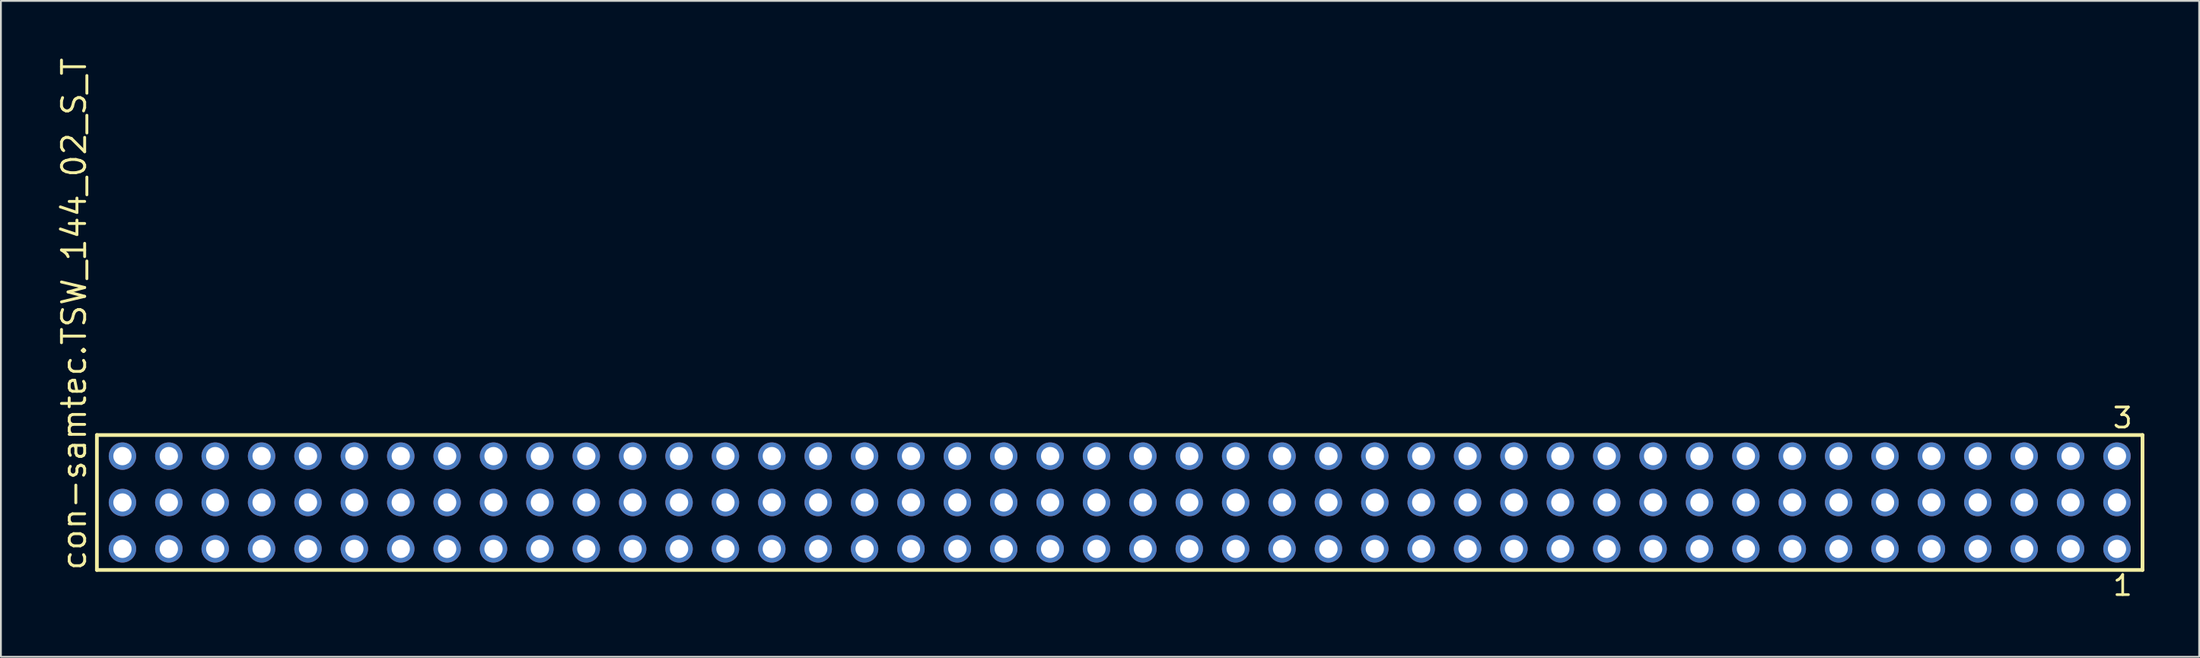
<source format=kicad_pcb>
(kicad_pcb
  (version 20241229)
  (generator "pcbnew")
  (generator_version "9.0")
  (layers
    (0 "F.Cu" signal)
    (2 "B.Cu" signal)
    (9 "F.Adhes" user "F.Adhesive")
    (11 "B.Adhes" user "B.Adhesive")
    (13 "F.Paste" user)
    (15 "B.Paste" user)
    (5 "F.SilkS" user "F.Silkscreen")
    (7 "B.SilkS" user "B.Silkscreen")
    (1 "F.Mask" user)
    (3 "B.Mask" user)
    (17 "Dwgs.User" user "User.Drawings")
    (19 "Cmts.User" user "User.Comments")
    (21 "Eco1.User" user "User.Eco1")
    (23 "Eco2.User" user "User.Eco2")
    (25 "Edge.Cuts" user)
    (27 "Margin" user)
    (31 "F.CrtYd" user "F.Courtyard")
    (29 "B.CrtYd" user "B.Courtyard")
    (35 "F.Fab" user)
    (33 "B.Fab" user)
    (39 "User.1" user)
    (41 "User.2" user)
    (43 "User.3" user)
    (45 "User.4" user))
  (footprint "con-samtec.TSW_144_02_S_T"
    (layer "F.Cu")
    (at 58.265 24.477)
    (property "Reference" "con-samtec.TSW_144_02_S_T" (at -56.515 3.81 90) (layer "F.SilkS") (effects (font (size 1.27 1.27) (thickness 0.16)) (justify left bottom)))
    (attr through_hole)
    (fp_line (start -56.009 -3.695) (end 56.009 -3.695) (stroke (width 0.203) (type default)) (layer "F.SilkS"))
    (fp_line (start -56.009 3.695) (end -56.009 -3.695) (stroke (width 0.203) (type default)) (layer "F.SilkS"))
    (fp_line (start 56.009 -3.695) (end 56.009 3.695) (stroke (width 0.203) (type default)) (layer "F.SilkS"))
    (fp_line (start 56.009 3.695) (end -56.009 3.695) (stroke (width 0.203) (type default)) (layer "F.SilkS"))
    (fp_rect (start -54.96 -2.19) (end -54.26 -2.89) (stroke (width 0.05) (type default)) (fill no) (layer "F.Fab"))
    (fp_rect (start -54.96 0.35) (end -54.26 -0.35) (stroke (width 0.05) (type default)) (fill no) (layer "F.Fab"))
    (fp_rect (start -54.96 2.89) (end -54.26 2.19) (stroke (width 0.05) (type default)) (fill no) (layer "F.Fab"))
    (fp_rect (start -52.42 -2.19) (end -51.72 -2.89) (stroke (width 0.05) (type default)) (fill no) (layer "F.Fab"))
    (fp_rect (start -52.42 0.35) (end -51.72 -0.35) (stroke (width 0.05) (type default)) (fill no) (layer "F.Fab"))
    (fp_rect (start -52.42 2.89) (end -51.72 2.19) (stroke (width 0.05) (type default)) (fill no) (layer "F.Fab"))
    (fp_rect (start -49.88 -2.19) (end -49.18 -2.89) (stroke (width 0.05) (type default)) (fill no) (layer "F.Fab"))
    (fp_rect (start -49.88 0.35) (end -49.18 -0.35) (stroke (width 0.05) (type default)) (fill no) (layer "F.Fab"))
    (fp_rect (start -49.88 2.89) (end -49.18 2.19) (stroke (width 0.05) (type default)) (fill no) (layer "F.Fab"))
    (fp_rect (start -47.34 -2.19) (end -46.64 -2.89) (stroke (width 0.05) (type default)) (fill no) (layer "F.Fab"))
    (fp_rect (start -47.34 0.35) (end -46.64 -0.35) (stroke (width 0.05) (type default)) (fill no) (layer "F.Fab"))
    (fp_rect (start -47.34 2.89) (end -46.64 2.19) (stroke (width 0.05) (type default)) (fill no) (layer "F.Fab"))
    (fp_rect (start -44.8 -2.19) (end -44.1 -2.89) (stroke (width 0.05) (type default)) (fill no) (layer "F.Fab"))
    (fp_rect (start -44.8 0.35) (end -44.1 -0.35) (stroke (width 0.05) (type default)) (fill no) (layer "F.Fab"))
    (fp_rect (start -44.8 2.89) (end -44.1 2.19) (stroke (width 0.05) (type default)) (fill no) (layer "F.Fab"))
    (fp_rect (start -42.26 -2.19) (end -41.56 -2.89) (stroke (width 0.05) (type default)) (fill no) (layer "F.Fab"))
    (fp_rect (start -42.26 0.35) (end -41.56 -0.35) (stroke (width 0.05) (type default)) (fill no) (layer "F.Fab"))
    (fp_rect (start -42.26 2.89) (end -41.56 2.19) (stroke (width 0.05) (type default)) (fill no) (layer "F.Fab"))
    (fp_rect (start -39.72 -2.19) (end -39.02 -2.89) (stroke (width 0.05) (type default)) (fill no) (layer "F.Fab"))
    (fp_rect (start -39.72 0.35) (end -39.02 -0.35) (stroke (width 0.05) (type default)) (fill no) (layer "F.Fab"))
    (fp_rect (start -39.72 2.89) (end -39.02 2.19) (stroke (width 0.05) (type default)) (fill no) (layer "F.Fab"))
    (fp_rect (start -37.18 -2.19) (end -36.48 -2.89) (stroke (width 0.05) (type default)) (fill no) (layer "F.Fab"))
    (fp_rect (start -37.18 0.35) (end -36.48 -0.35) (stroke (width 0.05) (type default)) (fill no) (layer "F.Fab"))
    (fp_rect (start -37.18 2.89) (end -36.48 2.19) (stroke (width 0.05) (type default)) (fill no) (layer "F.Fab"))
    (fp_rect (start -34.64 -2.19) (end -33.94 -2.89) (stroke (width 0.05) (type default)) (fill no) (layer "F.Fab"))
    (fp_rect (start -34.64 0.35) (end -33.94 -0.35) (stroke (width 0.05) (type default)) (fill no) (layer "F.Fab"))
    (fp_rect (start -34.64 2.89) (end -33.94 2.19) (stroke (width 0.05) (type default)) (fill no) (layer "F.Fab"))
    (fp_rect (start -32.1 -2.19) (end -31.4 -2.89) (stroke (width 0.05) (type default)) (fill no) (layer "F.Fab"))
    (fp_rect (start -32.1 0.35) (end -31.4 -0.35) (stroke (width 0.05) (type default)) (fill no) (layer "F.Fab"))
    (fp_rect (start -32.1 2.89) (end -31.4 2.19) (stroke (width 0.05) (type default)) (fill no) (layer "F.Fab"))
    (fp_rect (start -29.56 -2.19) (end -28.86 -2.89) (stroke (width 0.05) (type default)) (fill no) (layer "F.Fab"))
    (fp_rect (start -29.56 0.35) (end -28.86 -0.35) (stroke (width 0.05) (type default)) (fill no) (layer "F.Fab"))
    (fp_rect (start -29.56 2.89) (end -28.86 2.19) (stroke (width 0.05) (type default)) (fill no) (layer "F.Fab"))
    (fp_rect (start -27.02 -2.19) (end -26.32 -2.89) (stroke (width 0.05) (type default)) (fill no) (layer "F.Fab"))
    (fp_rect (start -27.02 0.35) (end -26.32 -0.35) (stroke (width 0.05) (type default)) (fill no) (layer "F.Fab"))
    (fp_rect (start -27.02 2.89) (end -26.32 2.19) (stroke (width 0.05) (type default)) (fill no) (layer "F.Fab"))
    (fp_rect (start -24.48 -2.19) (end -23.78 -2.89) (stroke (width 0.05) (type default)) (fill no) (layer "F.Fab"))
    (fp_rect (start -24.48 0.35) (end -23.78 -0.35) (stroke (width 0.05) (type default)) (fill no) (layer "F.Fab"))
    (fp_rect (start -24.48 2.89) (end -23.78 2.19) (stroke (width 0.05) (type default)) (fill no) (layer "F.Fab"))
    (fp_rect (start -21.94 -2.19) (end -21.24 -2.89) (stroke (width 0.05) (type default)) (fill no) (layer "F.Fab"))
    (fp_rect (start -21.94 0.35) (end -21.24 -0.35) (stroke (width 0.05) (type default)) (fill no) (layer "F.Fab"))
    (fp_rect (start -21.94 2.89) (end -21.24 2.19) (stroke (width 0.05) (type default)) (fill no) (layer "F.Fab"))
    (fp_rect (start -19.4 -2.19) (end -18.7 -2.89) (stroke (width 0.05) (type default)) (fill no) (layer "F.Fab"))
    (fp_rect (start -19.4 0.35) (end -18.7 -0.35) (stroke (width 0.05) (type default)) (fill no) (layer "F.Fab"))
    (fp_rect (start -19.4 2.89) (end -18.7 2.19) (stroke (width 0.05) (type default)) (fill no) (layer "F.Fab"))
    (fp_rect (start -16.86 -2.19) (end -16.16 -2.89) (stroke (width 0.05) (type default)) (fill no) (layer "F.Fab"))
    (fp_rect (start -16.86 0.35) (end -16.16 -0.35) (stroke (width 0.05) (type default)) (fill no) (layer "F.Fab"))
    (fp_rect (start -16.86 2.89) (end -16.16 2.19) (stroke (width 0.05) (type default)) (fill no) (layer "F.Fab"))
    (fp_rect (start -14.32 -2.19) (end -13.62 -2.89) (stroke (width 0.05) (type default)) (fill no) (layer "F.Fab"))
    (fp_rect (start -14.32 0.35) (end -13.62 -0.35) (stroke (width 0.05) (type default)) (fill no) (layer "F.Fab"))
    (fp_rect (start -14.32 2.89) (end -13.62 2.19) (stroke (width 0.05) (type default)) (fill no) (layer "F.Fab"))
    (fp_rect (start -11.78 -2.19) (end -11.08 -2.89) (stroke (width 0.05) (type default)) (fill no) (layer "F.Fab"))
    (fp_rect (start -11.78 0.35) (end -11.08 -0.35) (stroke (width 0.05) (type default)) (fill no) (layer "F.Fab"))
    (fp_rect (start -11.78 2.89) (end -11.08 2.19) (stroke (width 0.05) (type default)) (fill no) (layer "F.Fab"))
    (fp_rect (start -9.24 -2.19) (end -8.54 -2.89) (stroke (width 0.05) (type default)) (fill no) (layer "F.Fab"))
    (fp_rect (start -9.24 0.35) (end -8.54 -0.35) (stroke (width 0.05) (type default)) (fill no) (layer "F.Fab"))
    (fp_rect (start -9.24 2.89) (end -8.54 2.19) (stroke (width 0.05) (type default)) (fill no) (layer "F.Fab"))
    (fp_rect (start -6.7 -2.19) (end -6 -2.89) (stroke (width 0.05) (type default)) (fill no) (layer "F.Fab"))
    (fp_rect (start -6.7 0.35) (end -6 -0.35) (stroke (width 0.05) (type default)) (fill no) (layer "F.Fab"))
    (fp_rect (start -6.7 2.89) (end -6 2.19) (stroke (width 0.05) (type default)) (fill no) (layer "F.Fab"))
    (fp_rect (start -4.16 -2.19) (end -3.46 -2.89) (stroke (width 0.05) (type default)) (fill no) (layer "F.Fab"))
    (fp_rect (start -4.16 0.35) (end -3.46 -0.35) (stroke (width 0.05) (type default)) (fill no) (layer "F.Fab"))
    (fp_rect (start -4.16 2.89) (end -3.46 2.19) (stroke (width 0.05) (type default)) (fill no) (layer "F.Fab"))
    (fp_rect (start -1.62 -2.19) (end -0.92 -2.89) (stroke (width 0.05) (type default)) (fill no) (layer "F.Fab"))
    (fp_rect (start -1.62 0.35) (end -0.92 -0.35) (stroke (width 0.05) (type default)) (fill no) (layer "F.Fab"))
    (fp_rect (start -1.62 2.89) (end -0.92 2.19) (stroke (width 0.05) (type default)) (fill no) (layer "F.Fab"))
    (fp_rect (start 0.92 -2.19) (end 1.62 -2.89) (stroke (width 0.05) (type default)) (fill no) (layer "F.Fab"))
    (fp_rect (start 0.92 0.35) (end 1.62 -0.35) (stroke (width 0.05) (type default)) (fill no) (layer "F.Fab"))
    (fp_rect (start 0.92 2.89) (end 1.62 2.19) (stroke (width 0.05) (type default)) (fill no) (layer "F.Fab"))
    (fp_rect (start 3.46 -2.19) (end 4.16 -2.89) (stroke (width 0.05) (type default)) (fill no) (layer "F.Fab"))
    (fp_rect (start 3.46 0.35) (end 4.16 -0.35) (stroke (width 0.05) (type default)) (fill no) (layer "F.Fab"))
    (fp_rect (start 3.46 2.89) (end 4.16 2.19) (stroke (width 0.05) (type default)) (fill no) (layer "F.Fab"))
    (fp_rect (start 6 -2.19) (end 6.7 -2.89) (stroke (width 0.05) (type default)) (fill no) (layer "F.Fab"))
    (fp_rect (start 6 0.35) (end 6.7 -0.35) (stroke (width 0.05) (type default)) (fill no) (layer "F.Fab"))
    (fp_rect (start 6 2.89) (end 6.7 2.19) (stroke (width 0.05) (type default)) (fill no) (layer "F.Fab"))
    (fp_rect (start 8.54 -2.19) (end 9.24 -2.89) (stroke (width 0.05) (type default)) (fill no) (layer "F.Fab"))
    (fp_rect (start 8.54 0.35) (end 9.24 -0.35) (stroke (width 0.05) (type default)) (fill no) (layer "F.Fab"))
    (fp_rect (start 8.54 2.89) (end 9.24 2.19) (stroke (width 0.05) (type default)) (fill no) (layer "F.Fab"))
    (fp_rect (start 11.08 -2.19) (end 11.78 -2.89) (stroke (width 0.05) (type default)) (fill no) (layer "F.Fab"))
    (fp_rect (start 11.08 0.35) (end 11.78 -0.35) (stroke (width 0.05) (type default)) (fill no) (layer "F.Fab"))
    (fp_rect (start 11.08 2.89) (end 11.78 2.19) (stroke (width 0.05) (type default)) (fill no) (layer "F.Fab"))
    (fp_rect (start 13.62 -2.19) (end 14.32 -2.89) (stroke (width 0.05) (type default)) (fill no) (layer "F.Fab"))
    (fp_rect (start 13.62 0.35) (end 14.32 -0.35) (stroke (width 0.05) (type default)) (fill no) (layer "F.Fab"))
    (fp_rect (start 13.62 2.89) (end 14.32 2.19) (stroke (width 0.05) (type default)) (fill no) (layer "F.Fab"))
    (fp_rect (start 16.16 -2.19) (end 16.86 -2.89) (stroke (width 0.05) (type default)) (fill no) (layer "F.Fab"))
    (fp_rect (start 16.16 0.35) (end 16.86 -0.35) (stroke (width 0.05) (type default)) (fill no) (layer "F.Fab"))
    (fp_rect (start 16.16 2.89) (end 16.86 2.19) (stroke (width 0.05) (type default)) (fill no) (layer "F.Fab"))
    (fp_rect (start 18.7 -2.19) (end 19.4 -2.89) (stroke (width 0.05) (type default)) (fill no) (layer "F.Fab"))
    (fp_rect (start 18.7 0.35) (end 19.4 -0.35) (stroke (width 0.05) (type default)) (fill no) (layer "F.Fab"))
    (fp_rect (start 18.7 2.89) (end 19.4 2.19) (stroke (width 0.05) (type default)) (fill no) (layer "F.Fab"))
    (fp_rect (start 21.24 -2.19) (end 21.94 -2.89) (stroke (width 0.05) (type default)) (fill no) (layer "F.Fab"))
    (fp_rect (start 21.24 0.35) (end 21.94 -0.35) (stroke (width 0.05) (type default)) (fill no) (layer "F.Fab"))
    (fp_rect (start 21.24 2.89) (end 21.94 2.19) (stroke (width 0.05) (type default)) (fill no) (layer "F.Fab"))
    (fp_rect (start 23.78 -2.19) (end 24.48 -2.89) (stroke (width 0.05) (type default)) (fill no) (layer "F.Fab"))
    (fp_rect (start 23.78 0.35) (end 24.48 -0.35) (stroke (width 0.05) (type default)) (fill no) (layer "F.Fab"))
    (fp_rect (start 23.78 2.89) (end 24.48 2.19) (stroke (width 0.05) (type default)) (fill no) (layer "F.Fab"))
    (fp_rect (start 26.32 -2.19) (end 27.02 -2.89) (stroke (width 0.05) (type default)) (fill no) (layer "F.Fab"))
    (fp_rect (start 26.32 0.35) (end 27.02 -0.35) (stroke (width 0.05) (type default)) (fill no) (layer "F.Fab"))
    (fp_rect (start 26.32 2.89) (end 27.02 2.19) (stroke (width 0.05) (type default)) (fill no) (layer "F.Fab"))
    (fp_rect (start 28.86 -2.19) (end 29.56 -2.89) (stroke (width 0.05) (type default)) (fill no) (layer "F.Fab"))
    (fp_rect (start 28.86 0.35) (end 29.56 -0.35) (stroke (width 0.05) (type default)) (fill no) (layer "F.Fab"))
    (fp_rect (start 28.86 2.89) (end 29.56 2.19) (stroke (width 0.05) (type default)) (fill no) (layer "F.Fab"))
    (fp_rect (start 31.4 -2.19) (end 32.1 -2.89) (stroke (width 0.05) (type default)) (fill no) (layer "F.Fab"))
    (fp_rect (start 31.4 0.35) (end 32.1 -0.35) (stroke (width 0.05) (type default)) (fill no) (layer "F.Fab"))
    (fp_rect (start 31.4 2.89) (end 32.1 2.19) (stroke (width 0.05) (type default)) (fill no) (layer "F.Fab"))
    (fp_rect (start 33.94 -2.19) (end 34.64 -2.89) (stroke (width 0.05) (type default)) (fill no) (layer "F.Fab"))
    (fp_rect (start 33.94 0.35) (end 34.64 -0.35) (stroke (width 0.05) (type default)) (fill no) (layer "F.Fab"))
    (fp_rect (start 33.94 2.89) (end 34.64 2.19) (stroke (width 0.05) (type default)) (fill no) (layer "F.Fab"))
    (fp_rect (start 36.48 -2.19) (end 37.18 -2.89) (stroke (width 0.05) (type default)) (fill no) (layer "F.Fab"))
    (fp_rect (start 36.48 0.35) (end 37.18 -0.35) (stroke (width 0.05) (type default)) (fill no) (layer "F.Fab"))
    (fp_rect (start 36.48 2.89) (end 37.18 2.19) (stroke (width 0.05) (type default)) (fill no) (layer "F.Fab"))
    (fp_rect (start 39.02 -2.19) (end 39.72 -2.89) (stroke (width 0.05) (type default)) (fill no) (layer "F.Fab"))
    (fp_rect (start 39.02 0.35) (end 39.72 -0.35) (stroke (width 0.05) (type default)) (fill no) (layer "F.Fab"))
    (fp_rect (start 39.02 2.89) (end 39.72 2.19) (stroke (width 0.05) (type default)) (fill no) (layer "F.Fab"))
    (fp_rect (start 41.56 -2.19) (end 42.26 -2.89) (stroke (width 0.05) (type default)) (fill no) (layer "F.Fab"))
    (fp_rect (start 41.56 0.35) (end 42.26 -0.35) (stroke (width 0.05) (type default)) (fill no) (layer "F.Fab"))
    (fp_rect (start 41.56 2.89) (end 42.26 2.19) (stroke (width 0.05) (type default)) (fill no) (layer "F.Fab"))
    (fp_rect (start 44.1 -2.19) (end 44.8 -2.89) (stroke (width 0.05) (type default)) (fill no) (layer "F.Fab"))
    (fp_rect (start 44.1 0.35) (end 44.8 -0.35) (stroke (width 0.05) (type default)) (fill no) (layer "F.Fab"))
    (fp_rect (start 44.1 2.89) (end 44.8 2.19) (stroke (width 0.05) (type default)) (fill no) (layer "F.Fab"))
    (fp_rect (start 46.64 -2.19) (end 47.34 -2.89) (stroke (width 0.05) (type default)) (fill no) (layer "F.Fab"))
    (fp_rect (start 46.64 0.35) (end 47.34 -0.35) (stroke (width 0.05) (type default)) (fill no) (layer "F.Fab"))
    (fp_rect (start 46.64 2.89) (end 47.34 2.19) (stroke (width 0.05) (type default)) (fill no) (layer "F.Fab"))
    (fp_rect (start 49.18 -2.19) (end 49.88 -2.89) (stroke (width 0.05) (type default)) (fill no) (layer "F.Fab"))
    (fp_rect (start 49.18 0.35) (end 49.88 -0.35) (stroke (width 0.05) (type default)) (fill no) (layer "F.Fab"))
    (fp_rect (start 49.18 2.89) (end 49.88 2.19) (stroke (width 0.05) (type default)) (fill no) (layer "F.Fab"))
    (fp_rect (start 51.72 -2.19) (end 52.42 -2.89) (stroke (width 0.05) (type default)) (fill no) (layer "F.Fab"))
    (fp_rect (start 51.72 0.35) (end 52.42 -0.35) (stroke (width 0.05) (type default)) (fill no) (layer "F.Fab"))
    (fp_rect (start 51.72 2.89) (end 52.42 2.19) (stroke (width 0.05) (type default)) (fill no) (layer "F.Fab"))
    (fp_rect (start 54.26 -2.19) (end 54.96 -2.89) (stroke (width 0.05) (type default)) (fill no) (layer "F.Fab"))
    (fp_rect (start 54.26 0.35) (end 54.96 -0.35) (stroke (width 0.05) (type default)) (fill no) (layer "F.Fab"))
    (fp_rect (start 54.26 2.89) (end 54.96 2.19) (stroke (width 0.05) (type default)) (fill no) (layer "F.Fab"))
    (fp_text user "1" (at 54.302 5.188 0) (layer "F.SilkS") (effects (font (size 1.1 1.1) (thickness 0.15)) (justify left bottom)))
    (fp_text user "3" (at 54.298 -3.989 0) (layer "F.SilkS") (effects (font (size 1.1 1.1) (thickness 0.15)) (justify left bottom)))
    (pad "1" thru_hole circle (at 54.61 2.54 180) (size 1.5 1.5) (drill 1) (layers "*.Cu" "*.Mask"))
    (pad "2" thru_hole circle (at 54.61 0 180) (size 1.5 1.5) (drill 1) (layers "*.Cu" "*.Mask"))
    (pad "3" thru_hole circle (at 54.61 -2.54 180) (size 1.5 1.5) (drill 1) (layers "*.Cu" "*.Mask"))
    (pad "4" thru_hole circle (at 52.07 2.54 180) (size 1.5 1.5) (drill 1) (layers "*.Cu" "*.Mask"))
    (pad "5" thru_hole circle (at 52.07 0 180) (size 1.5 1.5) (drill 1) (layers "*.Cu" "*.Mask"))
    (pad "6" thru_hole circle (at 52.07 -2.54 180) (size 1.5 1.5) (drill 1) (layers "*.Cu" "*.Mask"))
    (pad "7" thru_hole circle (at 49.53 2.54 180) (size 1.5 1.5) (drill 1) (layers "*.Cu" "*.Mask"))
    (pad "8" thru_hole circle (at 49.53 0 180) (size 1.5 1.5) (drill 1) (layers "*.Cu" "*.Mask"))
    (pad "9" thru_hole circle (at 49.53 -2.54 180) (size 1.5 1.5) (drill 1) (layers "*.Cu" "*.Mask"))
    (pad "10" thru_hole circle (at 46.99 2.54 180) (size 1.5 1.5) (drill 1) (layers "*.Cu" "*.Mask"))
    (pad "11" thru_hole circle (at 46.99 0 180) (size 1.5 1.5) (drill 1) (layers "*.Cu" "*.Mask"))
    (pad "12" thru_hole circle (at 46.99 -2.54 180) (size 1.5 1.5) (drill 1) (layers "*.Cu" "*.Mask"))
    (pad "13" thru_hole circle (at 44.45 2.54 180) (size 1.5 1.5) (drill 1) (layers "*.Cu" "*.Mask"))
    (pad "14" thru_hole circle (at 44.45 0 180) (size 1.5 1.5) (drill 1) (layers "*.Cu" "*.Mask"))
    (pad "15" thru_hole circle (at 44.45 -2.54 180) (size 1.5 1.5) (drill 1) (layers "*.Cu" "*.Mask"))
    (pad "16" thru_hole circle (at 41.91 2.54 180) (size 1.5 1.5) (drill 1) (layers "*.Cu" "*.Mask"))
    (pad "17" thru_hole circle (at 41.91 0 180) (size 1.5 1.5) (drill 1) (layers "*.Cu" "*.Mask"))
    (pad "18" thru_hole circle (at 41.91 -2.54 180) (size 1.5 1.5) (drill 1) (layers "*.Cu" "*.Mask"))
    (pad "19" thru_hole circle (at 39.37 2.54 180) (size 1.5 1.5) (drill 1) (layers "*.Cu" "*.Mask"))
    (pad "20" thru_hole circle (at 39.37 0 180) (size 1.5 1.5) (drill 1) (layers "*.Cu" "*.Mask"))
    (pad "21" thru_hole circle (at 39.37 -2.54 180) (size 1.5 1.5) (drill 1) (layers "*.Cu" "*.Mask"))
    (pad "22" thru_hole circle (at 36.83 2.54 180) (size 1.5 1.5) (drill 1) (layers "*.Cu" "*.Mask"))
    (pad "23" thru_hole circle (at 36.83 0 180) (size 1.5 1.5) (drill 1) (layers "*.Cu" "*.Mask"))
    (pad "24" thru_hole circle (at 36.83 -2.54 180) (size 1.5 1.5) (drill 1) (layers "*.Cu" "*.Mask"))
    (pad "25" thru_hole circle (at 34.29 2.54 180) (size 1.5 1.5) (drill 1) (layers "*.Cu" "*.Mask"))
    (pad "26" thru_hole circle (at 34.29 0 180) (size 1.5 1.5) (drill 1) (layers "*.Cu" "*.Mask"))
    (pad "27" thru_hole circle (at 34.29 -2.54 180) (size 1.5 1.5) (drill 1) (layers "*.Cu" "*.Mask"))
    (pad "28" thru_hole circle (at 31.75 2.54 180) (size 1.5 1.5) (drill 1) (layers "*.Cu" "*.Mask"))
    (pad "29" thru_hole circle (at 31.75 0 180) (size 1.5 1.5) (drill 1) (layers "*.Cu" "*.Mask"))
    (pad "30" thru_hole circle (at 31.75 -2.54 180) (size 1.5 1.5) (drill 1) (layers "*.Cu" "*.Mask"))
    (pad "31" thru_hole circle (at 29.21 2.54 180) (size 1.5 1.5) (drill 1) (layers "*.Cu" "*.Mask"))
    (pad "32" thru_hole circle (at 29.21 0 180) (size 1.5 1.5) (drill 1) (layers "*.Cu" "*.Mask"))
    (pad "33" thru_hole circle (at 29.21 -2.54 180) (size 1.5 1.5) (drill 1) (layers "*.Cu" "*.Mask"))
    (pad "34" thru_hole circle (at 26.67 2.54 180) (size 1.5 1.5) (drill 1) (layers "*.Cu" "*.Mask"))
    (pad "35" thru_hole circle (at 26.67 0 180) (size 1.5 1.5) (drill 1) (layers "*.Cu" "*.Mask"))
    (pad "36" thru_hole circle (at 26.67 -2.54 180) (size 1.5 1.5) (drill 1) (layers "*.Cu" "*.Mask"))
    (pad "37" thru_hole circle (at 24.13 2.54 180) (size 1.5 1.5) (drill 1) (layers "*.Cu" "*.Mask"))
    (pad "38" thru_hole circle (at 24.13 0 180) (size 1.5 1.5) (drill 1) (layers "*.Cu" "*.Mask"))
    (pad "39" thru_hole circle (at 24.13 -2.54 180) (size 1.5 1.5) (drill 1) (layers "*.Cu" "*.Mask"))
    (pad "40" thru_hole circle (at 21.59 2.54 180) (size 1.5 1.5) (drill 1) (layers "*.Cu" "*.Mask"))
    (pad "41" thru_hole circle (at 21.59 0 180) (size 1.5 1.5) (drill 1) (layers "*.Cu" "*.Mask"))
    (pad "42" thru_hole circle (at 21.59 -2.54 180) (size 1.5 1.5) (drill 1) (layers "*.Cu" "*.Mask"))
    (pad "43" thru_hole circle (at 19.05 2.54 180) (size 1.5 1.5) (drill 1) (layers "*.Cu" "*.Mask"))
    (pad "44" thru_hole circle (at 19.05 0 180) (size 1.5 1.5) (drill 1) (layers "*.Cu" "*.Mask"))
    (pad "45" thru_hole circle (at 19.05 -2.54 180) (size 1.5 1.5) (drill 1) (layers "*.Cu" "*.Mask"))
    (pad "46" thru_hole circle (at 16.51 2.54 180) (size 1.5 1.5) (drill 1) (layers "*.Cu" "*.Mask"))
    (pad "47" thru_hole circle (at 16.51 0 180) (size 1.5 1.5) (drill 1) (layers "*.Cu" "*.Mask"))
    (pad "48" thru_hole circle (at 16.51 -2.54 180) (size 1.5 1.5) (drill 1) (layers "*.Cu" "*.Mask"))
    (pad "49" thru_hole circle (at 13.97 2.54 180) (size 1.5 1.5) (drill 1) (layers "*.Cu" "*.Mask"))
    (pad "50" thru_hole circle (at 13.97 0 180) (size 1.5 1.5) (drill 1) (layers "*.Cu" "*.Mask"))
    (pad "51" thru_hole circle (at 13.97 -2.54 180) (size 1.5 1.5) (drill 1) (layers "*.Cu" "*.Mask"))
    (pad "52" thru_hole circle (at 11.43 2.54 180) (size 1.5 1.5) (drill 1) (layers "*.Cu" "*.Mask"))
    (pad "53" thru_hole circle (at 11.43 0 180) (size 1.5 1.5) (drill 1) (layers "*.Cu" "*.Mask"))
    (pad "54" thru_hole circle (at 11.43 -2.54 180) (size 1.5 1.5) (drill 1) (layers "*.Cu" "*.Mask"))
    (pad "55" thru_hole circle (at 8.89 2.54 180) (size 1.5 1.5) (drill 1) (layers "*.Cu" "*.Mask"))
    (pad "56" thru_hole circle (at 8.89 0 180) (size 1.5 1.5) (drill 1) (layers "*.Cu" "*.Mask"))
    (pad "57" thru_hole circle (at 8.89 -2.54 180) (size 1.5 1.5) (drill 1) (layers "*.Cu" "*.Mask"))
    (pad "58" thru_hole circle (at 6.35 2.54 180) (size 1.5 1.5) (drill 1) (layers "*.Cu" "*.Mask"))
    (pad "59" thru_hole circle (at 6.35 0 180) (size 1.5 1.5) (drill 1) (layers "*.Cu" "*.Mask"))
    (pad "60" thru_hole circle (at 6.35 -2.54 180) (size 1.5 1.5) (drill 1) (layers "*.Cu" "*.Mask"))
    (pad "61" thru_hole circle (at 3.81 2.54 180) (size 1.5 1.5) (drill 1) (layers "*.Cu" "*.Mask"))
    (pad "62" thru_hole circle (at 3.81 0 180) (size 1.5 1.5) (drill 1) (layers "*.Cu" "*.Mask"))
    (pad "63" thru_hole circle (at 3.81 -2.54 180) (size 1.5 1.5) (drill 1) (layers "*.Cu" "*.Mask"))
    (pad "64" thru_hole circle (at 1.27 2.54 180) (size 1.5 1.5) (drill 1) (layers "*.Cu" "*.Mask"))
    (pad "65" thru_hole circle (at 1.27 0 180) (size 1.5 1.5) (drill 1) (layers "*.Cu" "*.Mask"))
    (pad "66" thru_hole circle (at 1.27 -2.54 180) (size 1.5 1.5) (drill 1) (layers "*.Cu" "*.Mask"))
    (pad "67" thru_hole circle (at -1.27 2.54 180) (size 1.5 1.5) (drill 1) (layers "*.Cu" "*.Mask"))
    (pad "68" thru_hole circle (at -1.27 0 180) (size 1.5 1.5) (drill 1) (layers "*.Cu" "*.Mask"))
    (pad "69" thru_hole circle (at -1.27 -2.54 180) (size 1.5 1.5) (drill 1) (layers "*.Cu" "*.Mask"))
    (pad "70" thru_hole circle (at -3.81 2.54 180) (size 1.5 1.5) (drill 1) (layers "*.Cu" "*.Mask"))
    (pad "71" thru_hole circle (at -3.81 0 180) (size 1.5 1.5) (drill 1) (layers "*.Cu" "*.Mask"))
    (pad "72" thru_hole circle (at -3.81 -2.54 180) (size 1.5 1.5) (drill 1) (layers "*.Cu" "*.Mask"))
    (pad "73" thru_hole circle (at -6.35 2.54 180) (size 1.5 1.5) (drill 1) (layers "*.Cu" "*.Mask"))
    (pad "74" thru_hole circle (at -6.35 0 180) (size 1.5 1.5) (drill 1) (layers "*.Cu" "*.Mask"))
    (pad "75" thru_hole circle (at -6.35 -2.54 180) (size 1.5 1.5) (drill 1) (layers "*.Cu" "*.Mask"))
    (pad "76" thru_hole circle (at -8.89 2.54 180) (size 1.5 1.5) (drill 1) (layers "*.Cu" "*.Mask"))
    (pad "77" thru_hole circle (at -8.89 0 180) (size 1.5 1.5) (drill 1) (layers "*.Cu" "*.Mask"))
    (pad "78" thru_hole circle (at -8.89 -2.54 180) (size 1.5 1.5) (drill 1) (layers "*.Cu" "*.Mask"))
    (pad "79" thru_hole circle (at -11.43 2.54 180) (size 1.5 1.5) (drill 1) (layers "*.Cu" "*.Mask"))
    (pad "80" thru_hole circle (at -11.43 0 180) (size 1.5 1.5) (drill 1) (layers "*.Cu" "*.Mask"))
    (pad "81" thru_hole circle (at -11.43 -2.54 180) (size 1.5 1.5) (drill 1) (layers "*.Cu" "*.Mask"))
    (pad "82" thru_hole circle (at -13.97 2.54 180) (size 1.5 1.5) (drill 1) (layers "*.Cu" "*.Mask"))
    (pad "83" thru_hole circle (at -13.97 0 180) (size 1.5 1.5) (drill 1) (layers "*.Cu" "*.Mask"))
    (pad "84" thru_hole circle (at -13.97 -2.54 180) (size 1.5 1.5) (drill 1) (layers "*.Cu" "*.Mask"))
    (pad "85" thru_hole circle (at -16.51 2.54 180) (size 1.5 1.5) (drill 1) (layers "*.Cu" "*.Mask"))
    (pad "86" thru_hole circle (at -16.51 0 180) (size 1.5 1.5) (drill 1) (layers "*.Cu" "*.Mask"))
    (pad "87" thru_hole circle (at -16.51 -2.54 180) (size 1.5 1.5) (drill 1) (layers "*.Cu" "*.Mask"))
    (pad "88" thru_hole circle (at -19.05 2.54 180) (size 1.5 1.5) (drill 1) (layers "*.Cu" "*.Mask"))
    (pad "89" thru_hole circle (at -19.05 0 180) (size 1.5 1.5) (drill 1) (layers "*.Cu" "*.Mask"))
    (pad "90" thru_hole circle (at -19.05 -2.54 180) (size 1.5 1.5) (drill 1) (layers "*.Cu" "*.Mask"))
    (pad "91" thru_hole circle (at -21.59 2.54 180) (size 1.5 1.5) (drill 1) (layers "*.Cu" "*.Mask"))
    (pad "92" thru_hole circle (at -21.59 0 180) (size 1.5 1.5) (drill 1) (layers "*.Cu" "*.Mask"))
    (pad "93" thru_hole circle (at -21.59 -2.54 180) (size 1.5 1.5) (drill 1) (layers "*.Cu" "*.Mask"))
    (pad "94" thru_hole circle (at -24.13 2.54 180) (size 1.5 1.5) (drill 1) (layers "*.Cu" "*.Mask"))
    (pad "95" thru_hole circle (at -24.13 0 180) (size 1.5 1.5) (drill 1) (layers "*.Cu" "*.Mask"))
    (pad "96" thru_hole circle (at -24.13 -2.54 180) (size 1.5 1.5) (drill 1) (layers "*.Cu" "*.Mask"))
    (pad "97" thru_hole circle (at -26.67 2.54 180) (size 1.5 1.5) (drill 1) (layers "*.Cu" "*.Mask"))
    (pad "98" thru_hole circle (at -26.67 0 180) (size 1.5 1.5) (drill 1) (layers "*.Cu" "*.Mask"))
    (pad "99" thru_hole circle (at -26.67 -2.54 180) (size 1.5 1.5) (drill 1) (layers "*.Cu" "*.Mask"))
    (pad "100" thru_hole circle (at -29.21 2.54 180) (size 1.5 1.5) (drill 1) (layers "*.Cu" "*.Mask"))
    (pad "101" thru_hole circle (at -29.21 0 180) (size 1.5 1.5) (drill 1) (layers "*.Cu" "*.Mask"))
    (pad "102" thru_hole circle (at -29.21 -2.54 180) (size 1.5 1.5) (drill 1) (layers "*.Cu" "*.Mask"))
    (pad "103" thru_hole circle (at -31.75 2.54 180) (size 1.5 1.5) (drill 1) (layers "*.Cu" "*.Mask"))
    (pad "104" thru_hole circle (at -31.75 0 180) (size 1.5 1.5) (drill 1) (layers "*.Cu" "*.Mask"))
    (pad "105" thru_hole circle (at -31.75 -2.54 180) (size 1.5 1.5) (drill 1) (layers "*.Cu" "*.Mask"))
    (pad "106" thru_hole circle (at -34.29 2.54 180) (size 1.5 1.5) (drill 1) (layers "*.Cu" "*.Mask"))
    (pad "107" thru_hole circle (at -34.29 0 180) (size 1.5 1.5) (drill 1) (layers "*.Cu" "*.Mask"))
    (pad "108" thru_hole circle (at -34.29 -2.54 180) (size 1.5 1.5) (drill 1) (layers "*.Cu" "*.Mask"))
    (pad "109" thru_hole circle (at -36.83 2.54 180) (size 1.5 1.5) (drill 1) (layers "*.Cu" "*.Mask"))
    (pad "110" thru_hole circle (at -36.83 0 180) (size 1.5 1.5) (drill 1) (layers "*.Cu" "*.Mask"))
    (pad "111" thru_hole circle (at -36.83 -2.54 180) (size 1.5 1.5) (drill 1) (layers "*.Cu" "*.Mask"))
    (pad "112" thru_hole circle (at -39.37 2.54 180) (size 1.5 1.5) (drill 1) (layers "*.Cu" "*.Mask"))
    (pad "113" thru_hole circle (at -39.37 0 180) (size 1.5 1.5) (drill 1) (layers "*.Cu" "*.Mask"))
    (pad "114" thru_hole circle (at -39.37 -2.54 180) (size 1.5 1.5) (drill 1) (layers "*.Cu" "*.Mask"))
    (pad "115" thru_hole circle (at -41.91 2.54 180) (size 1.5 1.5) (drill 1) (layers "*.Cu" "*.Mask"))
    (pad "116" thru_hole circle (at -41.91 0 180) (size 1.5 1.5) (drill 1) (layers "*.Cu" "*.Mask"))
    (pad "117" thru_hole circle (at -41.91 -2.54 180) (size 1.5 1.5) (drill 1) (layers "*.Cu" "*.Mask"))
    (pad "118" thru_hole circle (at -44.45 2.54 180) (size 1.5 1.5) (drill 1) (layers "*.Cu" "*.Mask"))
    (pad "119" thru_hole circle (at -44.45 0 180) (size 1.5 1.5) (drill 1) (layers "*.Cu" "*.Mask"))
    (pad "120" thru_hole circle (at -44.45 -2.54 180) (size 1.5 1.5) (drill 1) (layers "*.Cu" "*.Mask"))
    (pad "121" thru_hole circle (at -46.99 2.54 180) (size 1.5 1.5) (drill 1) (layers "*.Cu" "*.Mask"))
    (pad "122" thru_hole circle (at -46.99 0 180) (size 1.5 1.5) (drill 1) (layers "*.Cu" "*.Mask"))
    (pad "123" thru_hole circle (at -46.99 -2.54 180) (size 1.5 1.5) (drill 1) (layers "*.Cu" "*.Mask"))
    (pad "124" thru_hole circle (at -49.53 2.54 180) (size 1.5 1.5) (drill 1) (layers "*.Cu" "*.Mask"))
    (pad "125" thru_hole circle (at -49.53 0 180) (size 1.5 1.5) (drill 1) (layers "*.Cu" "*.Mask"))
    (pad "126" thru_hole circle (at -49.53 -2.54 180) (size 1.5 1.5) (drill 1) (layers "*.Cu" "*.Mask"))
    (pad "127" thru_hole circle (at -52.07 2.54 180) (size 1.5 1.5) (drill 1) (layers "*.Cu" "*.Mask"))
    (pad "128" thru_hole circle (at -52.07 0 180) (size 1.5 1.5) (drill 1) (layers "*.Cu" "*.Mask"))
    (pad "129" thru_hole circle (at -52.07 -2.54 180) (size 1.5 1.5) (drill 1) (layers "*.Cu" "*.Mask"))
    (pad "130" thru_hole circle (at -54.61 2.54 180) (size 1.5 1.5) (drill 1) (layers "*.Cu" "*.Mask"))
    (pad "131" thru_hole circle (at -54.61 0 180) (size 1.5 1.5) (drill 1) (layers "*.Cu" "*.Mask"))
    (pad "132" thru_hole circle (at -54.61 -2.54 180) (size 1.5 1.5) (drill 1) (layers "*.Cu" "*.Mask")))
  (gr_rect
    (start -3 -3)
    (end 117.376 32.928)
    (stroke (width 0.1) (type default))
    (fill no)
    (layer "Edge.Cuts")))
</source>
